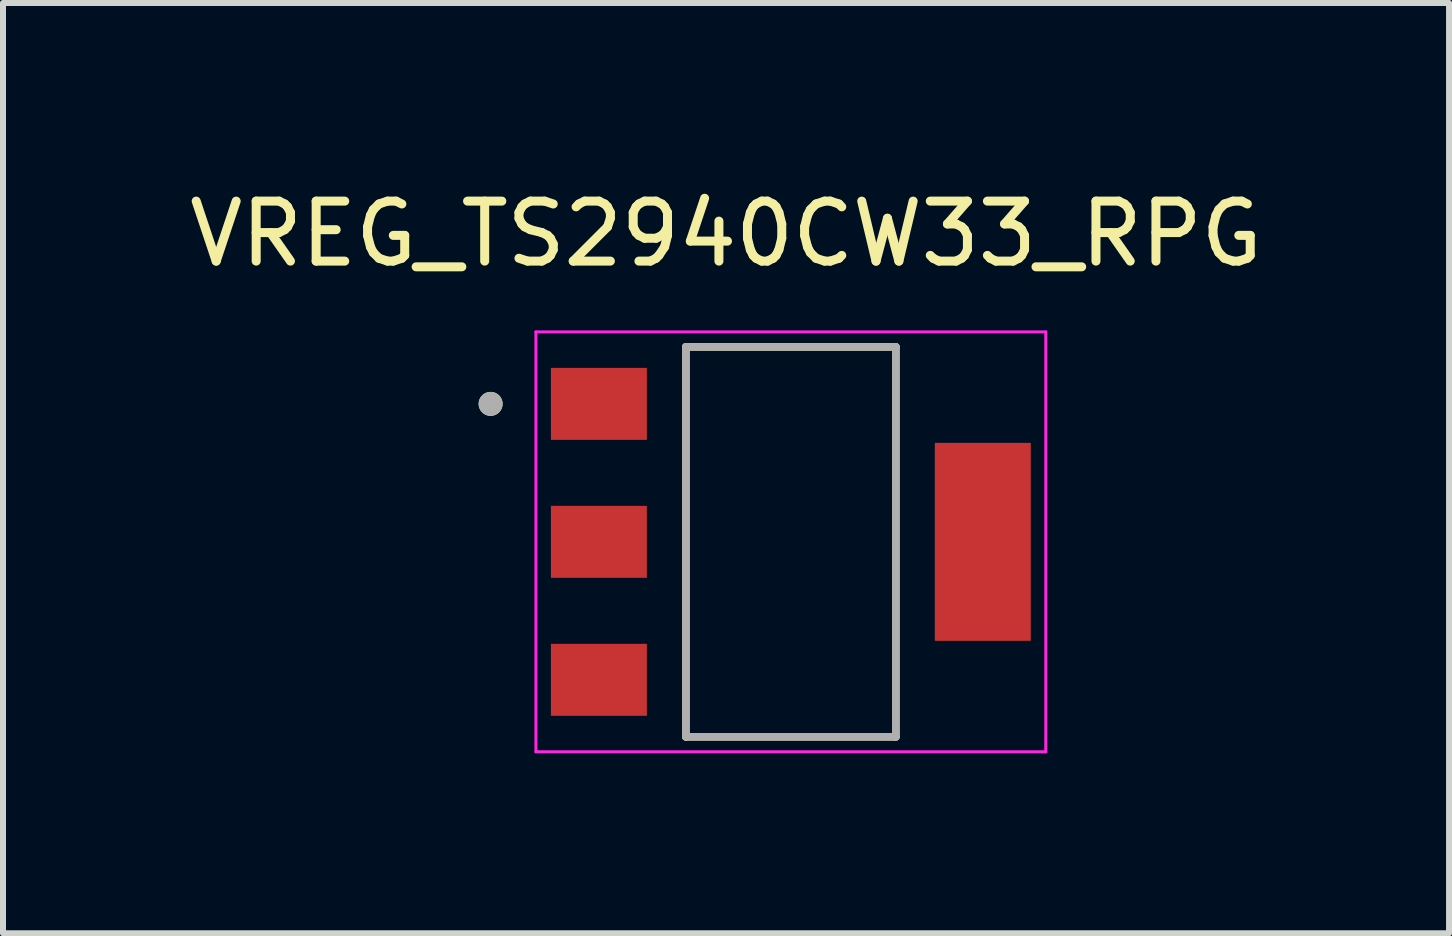
<source format=kicad_pcb>
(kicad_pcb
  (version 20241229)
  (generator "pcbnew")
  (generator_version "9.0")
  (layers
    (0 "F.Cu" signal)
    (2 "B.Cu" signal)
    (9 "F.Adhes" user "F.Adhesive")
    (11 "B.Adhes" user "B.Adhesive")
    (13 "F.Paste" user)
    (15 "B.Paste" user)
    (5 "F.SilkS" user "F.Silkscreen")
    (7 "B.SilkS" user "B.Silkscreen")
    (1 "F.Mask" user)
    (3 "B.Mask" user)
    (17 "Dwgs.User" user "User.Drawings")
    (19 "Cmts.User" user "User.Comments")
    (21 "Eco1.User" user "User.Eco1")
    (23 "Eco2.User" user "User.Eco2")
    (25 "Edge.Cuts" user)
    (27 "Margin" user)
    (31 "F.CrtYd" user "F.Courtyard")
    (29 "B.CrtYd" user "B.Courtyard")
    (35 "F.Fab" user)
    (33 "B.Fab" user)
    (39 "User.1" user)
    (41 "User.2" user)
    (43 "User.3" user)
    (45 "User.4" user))
  (footprint "VREG_TS2940CW33_RPG"
    (layer "F.Cu")
    (at 10.134 5.983)
    (property "Reference" "VREG_TS2940CW33_RPG" (at -1.08 -5.135 0) (layer "F.SilkS") (effects (font (size 1 1) (thickness 0.15))))
    (attr smd)
    (fp_line (start -1.75 -3.25) (end 1.75 -3.25) (stroke (width 0.127) (type solid)) (layer "F.SilkS"))
    (fp_line (start -1.75 3.25) (end -1.75 -3.25) (stroke (width 0.127) (type solid)) (layer "F.SilkS"))
    (fp_line (start 1.75 -3.25) (end 1.75 3.25) (stroke (width 0.127) (type solid)) (layer "F.SilkS"))
    (fp_line (start 1.75 3.25) (end -1.75 3.25) (stroke (width 0.127) (type solid)) (layer "F.SilkS"))
    (fp_circle (center -5.005 -2.3) (end -4.905 -2.3) (stroke (width 0.2) (type solid)) (fill no) (layer "F.SilkS"))
    (fp_line (start -4.25 -3.5) (end -4.25 3.5) (stroke (width 0.05) (type solid)) (layer "F.CrtYd"))
    (fp_line (start -4.25 3.5) (end 4.25 3.5) (stroke (width 0.05) (type solid)) (layer "F.CrtYd"))
    (fp_line (start 4.25 -3.5) (end -4.25 -3.5) (stroke (width 0.05) (type solid)) (layer "F.CrtYd"))
    (fp_line (start 4.25 3.5) (end 4.25 -3.5) (stroke (width 0.05) (type solid)) (layer "F.CrtYd"))
    (fp_line (start -1.75 -3.25) (end 1.75 -3.25) (stroke (width 0.127) (type solid)) (layer "F.Fab"))
    (fp_line (start -1.75 3.25) (end -1.75 -3.25) (stroke (width 0.127) (type solid)) (layer "F.Fab"))
    (fp_line (start 1.75 -3.25) (end 1.75 3.25) (stroke (width 0.127) (type solid)) (layer "F.Fab"))
    (fp_line (start 1.75 3.25) (end -1.75 3.25) (stroke (width 0.127) (type solid)) (layer "F.Fab"))
    (fp_circle (center -5.005 -2.3) (end -4.905 -2.3) (stroke (width 0.2) (type solid)) (fill no) (layer "F.Fab"))
    (pad "1" smd rect (at -3.2 -2.3) (size 1.6 1.2) (layers "F.Cu" "F.Mask" "F.Paste"))
    (pad "2" smd rect (at -3.2 0) (size 1.6 1.2) (layers "F.Cu" "F.Mask" "F.Paste"))
    (pad "2" smd rect (at 3.2 0) (size 1.6 3.3) (layers "F.Cu" "F.Mask" "F.Paste"))
    (pad "3" smd rect (at -3.2 2.3) (size 1.6 1.2) (layers "F.Cu" "F.Mask" "F.Paste")))
  (gr_rect
    (start -3 -3)
    (end 21.107 12.508)
    (stroke (width 0.1) (type default))
    (fill no)
    (layer "Edge.Cuts")))
</source>
